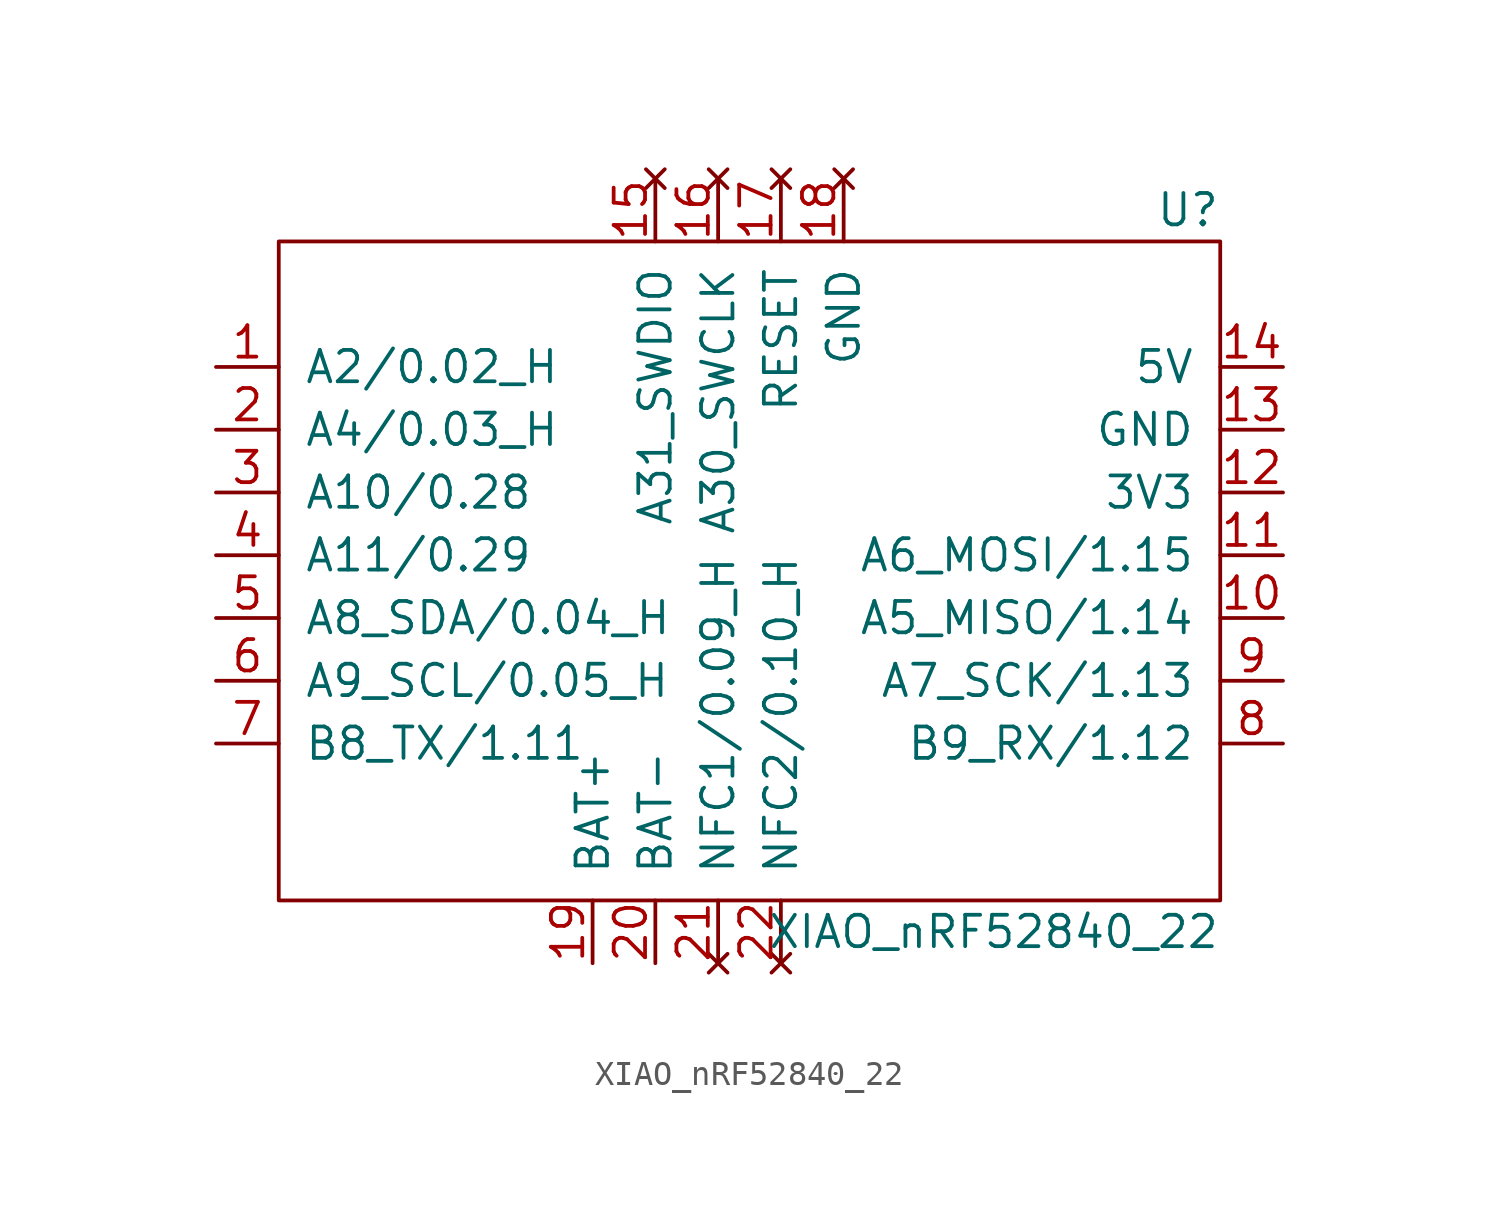
<source format=kicad_sym>
(kicad_symbol_lib
  (version 20231120)
  (generator "kicad_symbol_editor")
  (generator_version "8.0")
  (symbol "XIAO_nRF52840_22"
    (pin_names
      (offset 1.016))
    (property "Reference" "U"
      (at 19.05 13.97 0)
      (effects (font (size 1.27 1.27)) (justify right)))
    (property "Value" "XIAO_nRF52840_22"
      (at 19.05 -15.24 0)
      (effects (font (size 1.27 1.27)) (justify right)))
    (symbol "XIAO_nRF52840_22_0_1"
      (rectangle (start -19.05 12.7) (end 19.05 -13.97) (stroke (width 0) (type default)) (fill (type none))))
    (symbol "XIAO_nRF52840_22_1_1"
      (pin bidirectional line (at -21.59 7.62 0) (length 2.54) (name "A2/0.02_H" (effects (font (size 1.27 1.27)))) (number "1" (effects (font (size 1.27 1.27)))))
      (pin bidirectional line (at 21.59 -2.54 180) (length 2.54) (name "A5_MISO/1.14" (effects (font (size 1.27 1.27)))) (number "10" (effects (font (size 1.27 1.27)))))
      (pin bidirectional line (at 21.59 0 180) (length 2.54) (name "A6_MOSI/1.15" (effects (font (size 1.27 1.27)))) (number "11" (effects (font (size 1.27 1.27)))))
      (pin power_out line (at 21.59 2.54 180) (length 2.54) (name "3V3" (effects (font (size 1.27 1.27)))) (number "12" (effects (font (size 1.27 1.27)))))
      (pin power_out line (at 21.59 5.08 180) (length 2.54) (name "GND" (effects (font (size 1.27 1.27)))) (number "13" (effects (font (size 1.27 1.27)))))
      (pin power_out line (at 21.59 7.62 180) (length 2.54) (name "5V" (effects (font (size 1.27 1.27)))) (number "14" (effects (font (size 1.27 1.27)))))
      (pin no_connect line (at -3.81 15.24 270) (length 2.54) (name "A31_SWDIO" (effects (font (size 1.27 1.27)))) (number "15" (effects (font (size 1.27 1.27)))))
      (pin no_connect line (at -1.27 15.24 270) (length 2.54) (name "A30_SWCLK" (effects (font (size 1.27 1.27)))) (number "16" (effects (font (size 1.27 1.27)))))
      (pin no_connect line (at 1.27 15.24 270) (length 2.54) (name "RESET" (effects (font (size 1.27 1.27)))) (number "17" (effects (font (size 1.27 1.27)))))
      (pin no_connect line (at 3.81 15.24 270) (length 2.54) (name "GND" (effects (font (size 1.27 1.27)))) (number "18" (effects (font (size 1.27 1.27)))))
      (pin power_in line (at -6.35 -16.51 90) (length 2.54) (name "BAT+" (effects (font (size 1.27 1.27)))) (number "19" (effects (font (size 1.27 1.27)))))
      (pin bidirectional line (at -21.59 5.08 0) (length 2.54) (name "A4/0.03_H" (effects (font (size 1.27 1.27)))) (number "2" (effects (font (size 1.27 1.27)))))
      (pin power_in line (at -3.81 -16.51 90) (length 2.54) (name "BAT-" (effects (font (size 1.27 1.27)))) (number "20" (effects (font (size 1.27 1.27)))))
      (pin no_connect line (at -1.27 -16.51 90) (length 2.54) (name "NFC1/0.09_H" (effects (font (size 1.27 1.27)))) (number "21" (effects (font (size 1.27 1.27)))))
      (pin no_connect line (at 1.27 -16.51 90) (length 2.54) (name "NFC2/0.10_H" (effects (font (size 1.27 1.27)))) (number "22" (effects (font (size 1.27 1.27)))))
      (pin bidirectional line (at -21.59 2.54 0) (length 2.54) (name "A10/0.28" (effects (font (size 1.27 1.27)))) (number "3" (effects (font (size 1.27 1.27)))))
      (pin bidirectional line (at -21.59 0 0) (length 2.54) (name "A11/0.29" (effects (font (size 1.27 1.27)))) (number "4" (effects (font (size 1.27 1.27)))))
      (pin bidirectional line (at -21.59 -2.54 0) (length 2.54) (name "A8_SDA/0.04_H" (effects (font (size 1.27 1.27)))) (number "5" (effects (font (size 1.27 1.27)))))
      (pin bidirectional line (at -21.59 -5.08 0) (length 2.54) (name "A9_SCL/0.05_H" (effects (font (size 1.27 1.27)))) (number "6" (effects (font (size 1.27 1.27)))))
      (pin bidirectional line (at -21.59 -7.62 0) (length 2.54) (name "B8_TX/1.11" (effects (font (size 1.27 1.27)))) (number "7" (effects (font (size 1.27 1.27)))))
      (pin bidirectional line (at 21.59 -7.62 180) (length 2.54) (name "B9_RX/1.12" (effects (font (size 1.27 1.27)))) (number "8" (effects (font (size 1.27 1.27)))))
      (pin bidirectional line (at 21.59 -5.08 180) (length 2.54) (name "A7_SCK/1.13" (effects (font (size 1.27 1.27)))) (number "9" (effects (font (size 1.27 1.27))))))))
</source>
